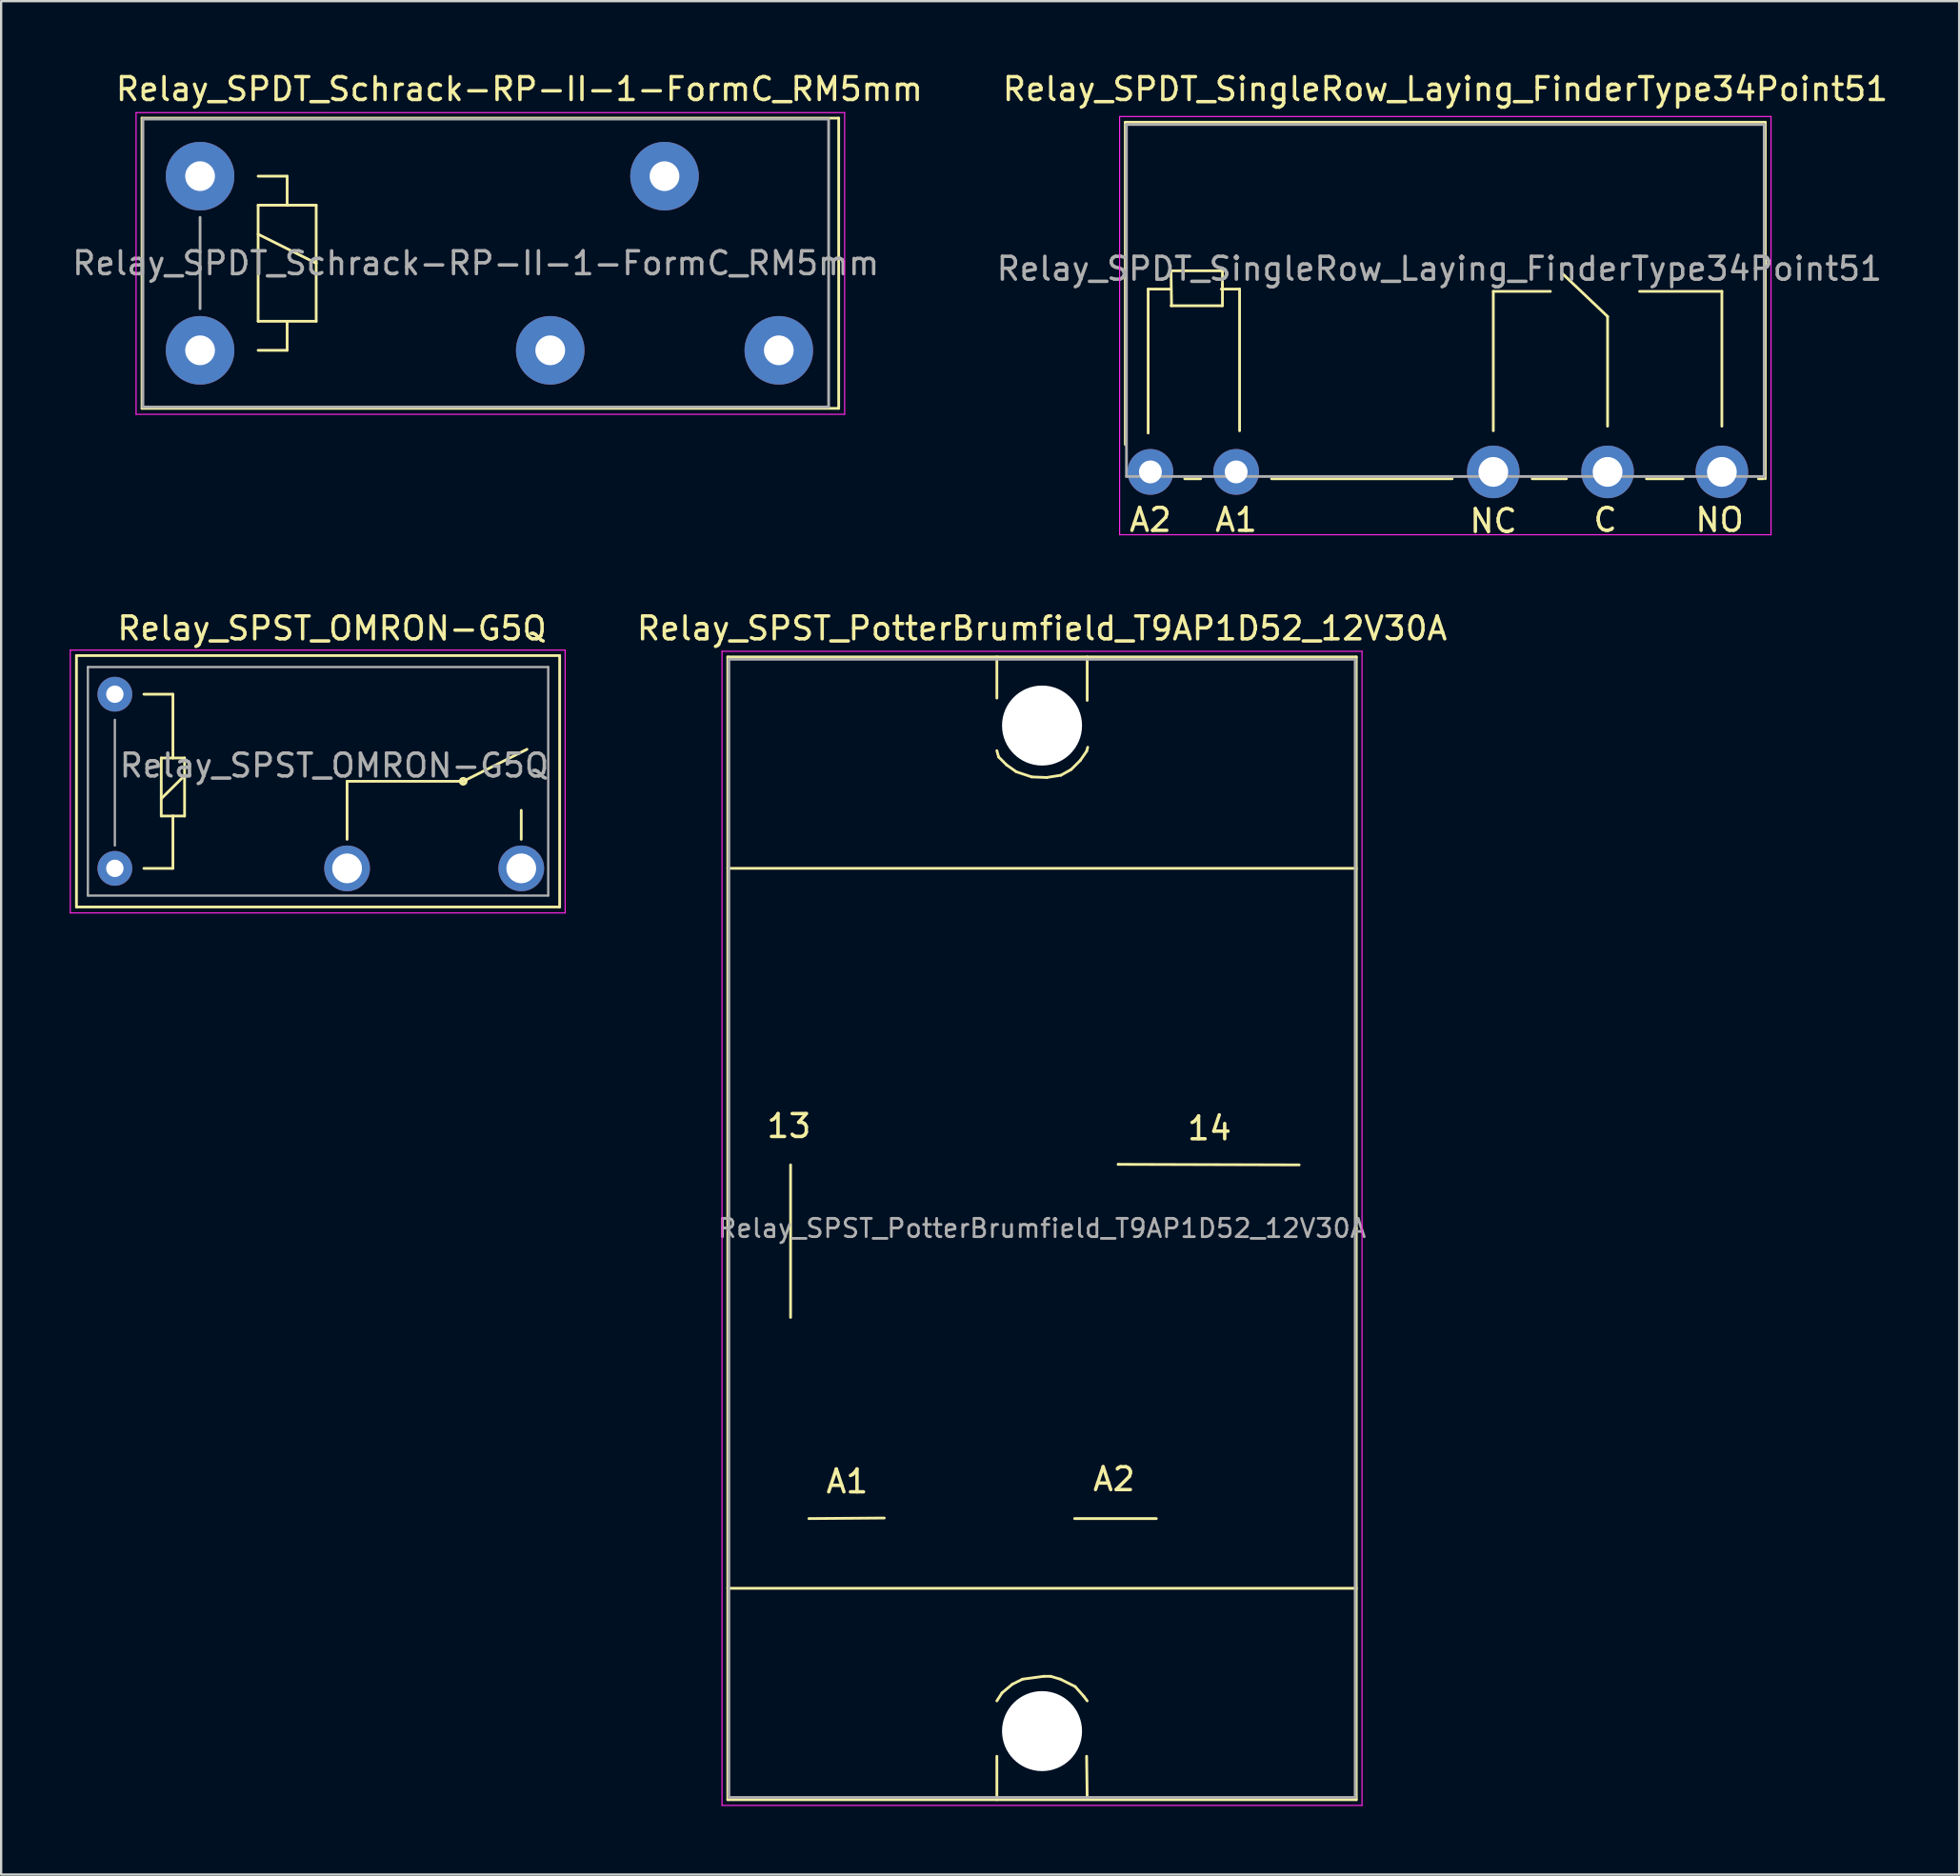
<source format=kicad_pcb>
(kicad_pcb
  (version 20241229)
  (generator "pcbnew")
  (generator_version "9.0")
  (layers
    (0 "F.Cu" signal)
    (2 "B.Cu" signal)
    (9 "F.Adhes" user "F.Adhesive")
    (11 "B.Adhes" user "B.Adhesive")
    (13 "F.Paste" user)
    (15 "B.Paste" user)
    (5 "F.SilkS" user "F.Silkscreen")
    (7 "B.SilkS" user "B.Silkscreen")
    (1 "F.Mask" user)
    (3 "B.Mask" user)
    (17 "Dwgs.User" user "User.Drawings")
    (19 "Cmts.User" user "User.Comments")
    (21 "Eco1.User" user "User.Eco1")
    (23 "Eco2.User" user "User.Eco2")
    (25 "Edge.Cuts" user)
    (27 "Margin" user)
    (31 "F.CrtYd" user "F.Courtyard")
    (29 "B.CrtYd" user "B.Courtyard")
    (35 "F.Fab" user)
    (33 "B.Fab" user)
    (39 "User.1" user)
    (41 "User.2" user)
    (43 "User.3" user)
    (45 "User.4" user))
  (footprint "Relay_SPDT_Schrack-RP-II-1-FormC_RM5mm"
    (layer "F.Cu")
    (at 5.703 4.658)
    (property "Reference" "Relay_SPDT_Schrack-RP-II-1-FormC_RM5mm" (at 13.97 -3.81 0) (layer "F.SilkS") (effects (font (size 1 1) (thickness 0.15))))
    (attr through_hole)
    (fp_line (start -2.54 -2.54) (end 27.94 -2.54) (stroke (width 0.12) (type solid)) (layer "F.SilkS"))
    (fp_line (start -2.54 10.16) (end -2.54 -2.54) (stroke (width 0.12) (type solid)) (layer "F.SilkS"))
    (fp_line (start 2.54 0) (end 3.81 0) (stroke (width 0.12) (type solid)) (layer "F.SilkS"))
    (fp_line (start 2.54 1.27) (end 3.81 1.27) (stroke (width 0.12) (type solid)) (layer "F.SilkS"))
    (fp_line (start 2.54 2.54) (end 5.08 3.81) (stroke (width 0.12) (type solid)) (layer "F.SilkS"))
    (fp_line (start 2.54 6.35) (end 2.54 1.27) (stroke (width 0.12) (type solid)) (layer "F.SilkS"))
    (fp_line (start 3.81 0) (end 3.81 1.27) (stroke (width 0.12) (type solid)) (layer "F.SilkS"))
    (fp_line (start 3.81 1.27) (end 5.08 1.27) (stroke (width 0.12) (type solid)) (layer "F.SilkS"))
    (fp_line (start 3.81 6.35) (end 3.81 7.62) (stroke (width 0.12) (type solid)) (layer "F.SilkS"))
    (fp_line (start 3.81 7.62) (end 2.54 7.62) (stroke (width 0.12) (type solid)) (layer "F.SilkS"))
    (fp_line (start 5.08 1.27) (end 5.08 6.35) (stroke (width 0.12) (type solid)) (layer "F.SilkS"))
    (fp_line (start 5.08 6.35) (end 2.54 6.35) (stroke (width 0.12) (type solid)) (layer "F.SilkS"))
    (fp_line (start 27.94 -2.54) (end 27.94 10.16) (stroke (width 0.12) (type solid)) (layer "F.SilkS"))
    (fp_line (start 27.94 10.16) (end -2.54 10.16) (stroke (width 0.12) (type solid)) (layer "F.SilkS"))
    (fp_line (start -2.8 -2.78) (end 28.2 -2.78) (stroke (width 0.05) (type solid)) (layer "F.CrtYd"))
    (fp_line (start -2.8 10.42) (end -2.8 -2.78) (stroke (width 0.05) (type solid)) (layer "F.CrtYd"))
    (fp_line (start 28.2 -2.78) (end 28.2 10.42) (stroke (width 0.05) (type solid)) (layer "F.CrtYd"))
    (fp_line (start 28.2 10.42) (end -2.8 10.42) (stroke (width 0.05) (type solid)) (layer "F.CrtYd"))
    (fp_line (start -2.5 -2.5) (end 27.5 -2.5) (stroke (width 0.12) (type solid)) (layer "F.Fab"))
    (fp_line (start -2.5 10.1) (end -2.5 -2.5) (stroke (width 0.12) (type solid)) (layer "F.Fab"))
    (fp_line (start 0 1.8) (end 0 5.8) (stroke (width 0.12) (type solid)) (layer "F.Fab"))
    (fp_line (start 27.5 -2.5) (end 27.5 10.1) (stroke (width 0.12) (type solid)) (layer "F.Fab"))
    (fp_line (start 27.5 10.1) (end -2.5 10.1) (stroke (width 0.12) (type solid)) (layer "F.Fab"))
    (fp_text user "${REFERENCE}" (at 12.065 3.81 0) (layer "F.Fab") (effects (font (size 1 1) (thickness 0.15))))
    (pad "11" thru_hole circle (at 20.32 0) (size 3 3) (drill 1.3) (layers "*.Cu" "*.Mask"))
    (pad "12" thru_hole circle (at 15.32 7.62) (size 3 3) (drill 1.3) (layers "*.Cu" "*.Mask"))
    (pad "14" thru_hole circle (at 25.32 7.62) (size 3 3) (drill 1.3) (layers "*.Cu" "*.Mask"))
    (pad "A1" thru_hole circle (at 0 0) (size 3 3) (drill 1.3) (layers "*.Cu" "*.Mask"))
    (pad "A2" thru_hole circle (at 0 7.62) (size 3 3) (drill 1.3) (layers "*.Cu" "*.Mask")))
  (footprint "Relay_SPST_PotterBrumfield_T9AP1D52_12V30A"
    (layer "F.Cu")
    (at 42.539 28.696)
    (property "Reference" "Relay_SPST_PotterBrumfield_T9AP1D52_12V30A" (at 0 -4.251 0) (layer "F.SilkS") (effects (font (size 1 1) (thickness 0.15))))
    (attr through_hole)
    (fp_line (start -13.749 -3.002) (end -13.749 47) (stroke (width 0.12) (type solid)) (layer "F.SilkS"))
    (fp_line (start -13.749 6.248) (end 13.749 6.248) (stroke (width 0.12) (type solid)) (layer "F.SilkS"))
    (fp_line (start -13.749 47) (end 13.749 47) (stroke (width 0.12) (type solid)) (layer "F.SilkS"))
    (fp_line (start -11.001 19.223) (end -11.001 25.898) (stroke (width 0.12) (type solid)) (layer "F.SilkS"))
    (fp_line (start -6.901 34.674) (end -10.201 34.699) (stroke (width 0.12) (type solid)) (layer "F.SilkS"))
    (fp_line (start -1.976 -1.201) (end -1.976 -3.002) (stroke (width 0.12) (type solid)) (layer "F.SilkS"))
    (fp_line (start -1.976 1.1) (end -1.9 1.374) (stroke (width 0.12) (type solid)) (layer "F.SilkS"))
    (fp_line (start -1.976 45.098) (end -1.976 47) (stroke (width 0.12) (type solid)) (layer "F.SilkS"))
    (fp_line (start -1.9 1.374) (end -1.549 1.725) (stroke (width 0.12) (type solid)) (layer "F.SilkS"))
    (fp_line (start -1.75 42.324) (end -1.976 42.675) (stroke (width 0.12) (type solid)) (layer "F.SilkS"))
    (fp_line (start -1.549 1.725) (end -1.125 2.024) (stroke (width 0.12) (type solid)) (layer "F.SilkS"))
    (fp_line (start -1.3 41.948) (end -1.75 42.324) (stroke (width 0.12) (type solid)) (layer "F.SilkS"))
    (fp_line (start -1.125 2.024) (end -0.45 2.248) (stroke (width 0.12) (type solid)) (layer "F.SilkS"))
    (fp_line (start -0.851 41.725) (end -1.3 41.948) (stroke (width 0.12) (type solid)) (layer "F.SilkS"))
    (fp_line (start -0.45 2.248) (end 0.201 2.273) (stroke (width 0.12) (type solid)) (layer "F.SilkS"))
    (fp_line (start 0.076 41.6) (end -0.851 41.725) (stroke (width 0.12) (type solid)) (layer "F.SilkS"))
    (fp_line (start 0.201 2.273) (end 0.826 2.174) (stroke (width 0.12) (type solid)) (layer "F.SilkS"))
    (fp_line (start 0.376 41.6) (end 0.076 41.6) (stroke (width 0.12) (type solid)) (layer "F.SilkS"))
    (fp_line (start 0.8 41.725) (end 0.376 41.6) (stroke (width 0.12) (type solid)) (layer "F.SilkS"))
    (fp_line (start 0.826 2.174) (end 1.275 1.923) (stroke (width 0.12) (type solid)) (layer "F.SilkS"))
    (fp_line (start 1.275 1.923) (end 1.674 1.524) (stroke (width 0.12) (type solid)) (layer "F.SilkS"))
    (fp_line (start 1.425 34.699) (end 5.001 34.699) (stroke (width 0.12) (type solid)) (layer "F.SilkS"))
    (fp_line (start 1.45 42.05) (end 0.8 41.725) (stroke (width 0.12) (type solid)) (layer "F.SilkS"))
    (fp_line (start 1.674 1.524) (end 1.951 1.123) (stroke (width 0.12) (type solid)) (layer "F.SilkS"))
    (fp_line (start 1.826 42.474) (end 1.45 42.05) (stroke (width 0.12) (type solid)) (layer "F.SilkS"))
    (fp_line (start 1.951 1.123) (end 1.999 0.95) (stroke (width 0.12) (type solid)) (layer "F.SilkS"))
    (fp_line (start 1.951 45.098) (end 1.976 46.975) (stroke (width 0.12) (type solid)) (layer "F.SilkS"))
    (fp_line (start 1.976 -1.1) (end 1.976 -3.002) (stroke (width 0.12) (type solid)) (layer "F.SilkS"))
    (fp_line (start 1.976 42.675) (end 1.826 42.474) (stroke (width 0.12) (type solid)) (layer "F.SilkS"))
    (fp_line (start 3.35 19.2) (end 3.325 19.2) (stroke (width 0.12) (type solid)) (layer "F.SilkS"))
    (fp_line (start 11.25 19.223) (end 3.35 19.2) (stroke (width 0.12) (type solid)) (layer "F.SilkS"))
    (fp_line (start 13.749 -3.002) (end -13.749 -3.002) (stroke (width 0.12) (type solid)) (layer "F.SilkS"))
    (fp_line (start 13.749 21.999) (end 13.749 -3.002) (stroke (width 0.12) (type solid)) (layer "F.SilkS"))
    (fp_line (start 13.749 37.749) (end -13.749 37.749) (stroke (width 0.12) (type solid)) (layer "F.SilkS"))
    (fp_line (start 13.749 47) (end 13.749 21.999) (stroke (width 0.12) (type solid)) (layer "F.SilkS"))
    (fp_line (start -14 -3.25) (end -14 47.25) (stroke (width 0.05) (type solid)) (layer "F.CrtYd"))
    (fp_line (start -14 47.25) (end 14 47.25) (stroke (width 0.05) (type solid)) (layer "F.CrtYd"))
    (fp_line (start 14 -3.25) (end -14 -3.25) (stroke (width 0.05) (type solid)) (layer "F.CrtYd"))
    (fp_line (start 14 47.25) (end 14 -3.25) (stroke (width 0.05) (type solid)) (layer "F.CrtYd"))
    (fp_line (start -13.7 -2.9) (end -13.7 46.9) (stroke (width 0.12) (type solid)) (layer "F.Fab"))
    (fp_line (start -13.7 46.9) (end 13.7 46.9) (stroke (width 0.12) (type solid)) (layer "F.Fab"))
    (fp_line (start 13.7 -2.9) (end -13.7 -2.9) (stroke (width 0.12) (type solid)) (layer "F.Fab"))
    (fp_line (start 13.7 46.9) (end 13.7 -2.9) (stroke (width 0.12) (type solid)) (layer "F.Fab"))
    (fp_text user "A2" (at 3.15 32.974 0) (layer "F.SilkS") (effects (font (size 1 1) (thickness 0.15))))
    (fp_text user "13" (at -11.074 17.523 0) (layer "F.SilkS") (effects (font (size 1 1) (thickness 0.15))))
    (fp_text user "A1" (at -8.524 33.073 0) (layer "F.SilkS") (effects (font (size 1 1) (thickness 0.15))))
    (fp_text user "14" (at 7.325 17.625 0) (layer "F.SilkS") (effects (font (size 1 1) (thickness 0.15))))
    (fp_text user "${REFERENCE}" (at 0 21.999 0) (layer "F.Fab") (effects (font (size 0.8 0.8) (thickness 0.12))))
    (pad "" np_thru_hole circle (at 0 0) (size 3.5 3.5) (drill 3.5) (layers "*.Cu" "*.Mask"))
    (pad "" np_thru_hole circle (at 0 43.998) (size 3.5 3.5) (drill 3.5) (layers "*.Cu" "*.Mask")))
  (footprint "Relay_SPST_OMRON-G5Q"
    (layer "F.Cu")
    (at 1.975 34.945)
    (property "Reference" "Relay_SPST_OMRON-G5Q" (at 9.5 -10.5 180) (layer "F.SilkS") (effects (font (size 1 1) (thickness 0.15))))
    (attr through_hole)
    (fp_line (start -1.68 -9.31) (end 19.46 -9.31) (stroke (width 0.12) (type solid)) (layer "F.SilkS"))
    (fp_line (start -1.68 1.69) (end -1.68 -9.31) (stroke (width 0.12) (type solid)) (layer "F.SilkS"))
    (fp_line (start -1.68 1.69) (end 19.46 1.69) (stroke (width 0.12) (type solid)) (layer "F.SilkS"))
    (fp_line (start 1.27 0) (end 2.54 0) (stroke (width 0.12) (type solid)) (layer "F.SilkS"))
    (fp_line (start 2.03 -4.83) (end 2.54 -4.83) (stroke (width 0.12) (type solid)) (layer "F.SilkS"))
    (fp_line (start 2.03 -3.05) (end 3.05 -4.06) (stroke (width 0.12) (type solid)) (layer "F.SilkS"))
    (fp_line (start 2.03 -2.29) (end 2.03 -4.83) (stroke (width 0.12) (type solid)) (layer "F.SilkS"))
    (fp_line (start 2.54 -7.62) (end 1.27 -7.62) (stroke (width 0.12) (type solid)) (layer "F.SilkS"))
    (fp_line (start 2.54 -4.83) (end 2.54 -7.62) (stroke (width 0.12) (type solid)) (layer "F.SilkS"))
    (fp_line (start 2.54 -4.83) (end 3.05 -4.83) (stroke (width 0.12) (type solid)) (layer "F.SilkS"))
    (fp_line (start 2.54 -2.29) (end 2.03 -2.29) (stroke (width 0.12) (type solid)) (layer "F.SilkS"))
    (fp_line (start 2.54 0) (end 2.54 -2.29) (stroke (width 0.12) (type solid)) (layer "F.SilkS"))
    (fp_line (start 3.05 -4.83) (end 3.05 -2.29) (stroke (width 0.12) (type solid)) (layer "F.SilkS"))
    (fp_line (start 3.05 -2.29) (end 2.54 -2.29) (stroke (width 0.12) (type solid)) (layer "F.SilkS"))
    (fp_line (start 10.16 -3.81) (end 15.24 -3.81) (stroke (width 0.12) (type solid)) (layer "F.SilkS"))
    (fp_line (start 10.16 -1.27) (end 10.16 -3.81) (stroke (width 0.12) (type solid)) (layer "F.SilkS"))
    (fp_line (start 15.24 -3.81) (end 18.03 -5.21) (stroke (width 0.12) (type solid)) (layer "F.SilkS"))
    (fp_line (start 17.78 -1.27) (end 17.78 -2.54) (stroke (width 0.12) (type solid)) (layer "F.SilkS"))
    (fp_line (start 19.46 1.69) (end 19.46 -9.31) (stroke (width 0.12) (type solid)) (layer "F.SilkS"))
    (fp_circle (center 15.24 -3.81) (end 15.24 -3.68) (stroke (width 0.12) (type solid)) (fill no) (layer "F.SilkS"))
    (fp_line (start -1.95 -9.55) (end 19.7 -9.55) (stroke (width 0.05) (type solid)) (layer "F.CrtYd"))
    (fp_line (start -1.95 1.95) (end -1.95 -9.55) (stroke (width 0.05) (type solid)) (layer "F.CrtYd"))
    (fp_line (start 19.7 -9.55) (end 19.7 1.95) (stroke (width 0.05) (type solid)) (layer "F.CrtYd"))
    (fp_line (start 19.7 1.95) (end -1.95 1.95) (stroke (width 0.05) (type solid)) (layer "F.CrtYd"))
    (fp_line (start -1.18 -8.81) (end 18.96 -8.81) (stroke (width 0.1) (type solid)) (layer "F.Fab"))
    (fp_line (start -1.18 1.19) (end -1.18 -8.81) (stroke (width 0.1) (type solid)) (layer "F.Fab"))
    (fp_line (start 0 -1) (end 0 -6.5) (stroke (width 0.1) (type solid)) (layer "F.Fab"))
    (fp_line (start 18.96 -8.81) (end 18.96 1.19) (stroke (width 0.1) (type solid)) (layer "F.Fab"))
    (fp_line (start 18.96 1.19) (end -1.18 1.19) (stroke (width 0.1) (type solid)) (layer "F.Fab"))
    (fp_text user "${REFERENCE}" (at 9.6 -4.5 0) (layer "F.Fab") (effects (font (size 1 1) (thickness 0.15))))
    (pad "1" thru_hole circle (at 0 0 180) (size 1.52 1.52) (drill 0.76) (layers "*.Cu" "*.Mask"))
    (pad "2" thru_hole circle (at 10.16 0 180) (size 2 2) (drill 1.3) (layers "*.Cu" "*.Mask"))
    (pad "3" thru_hole circle (at 17.78 0 180) (size 2 2) (drill 1.3) (layers "*.Cu" "*.Mask"))
    (pad "5" thru_hole circle (at 0 -7.62 180) (size 1.52 1.52) (drill 0.76) (layers "*.Cu" "*.Mask")))
  (footprint "Relay_SPDT_SingleRow_Laying_FinderType34Point51"
    (layer "F.Cu")
    (at 51.033 17.598)
    (property "Reference" "Relay_SPDT_SingleRow_Laying_FinderType34Point51" (at 9.149 -16.75 0) (layer "F.SilkS") (effects (font (size 1 1) (thickness 0.15))))
    (attr through_hole)
    (fp_line (start -4.851 -15.3) (end -4.851 -1.2) (stroke (width 0.12) (type solid)) (layer "F.SilkS"))
    (fp_line (start -3.851 -8) (end -3.851 -1.7) (stroke (width 0.12) (type solid)) (layer "F.SilkS"))
    (fp_line (start -2.851 -8.8) (end -2.827 -7.27) (stroke (width 0.12) (type solid)) (layer "F.SilkS"))
    (fp_line (start -2.851 -8) (end -3.851 -8) (stroke (width 0.12) (type solid)) (layer "F.SilkS"))
    (fp_line (start -2.851 -7.27) (end -0.601 -7.27) (stroke (width 0.12) (type solid)) (layer "F.SilkS"))
    (fp_line (start -1.551 0.3) (end -2.251 0.3) (stroke (width 0.12) (type solid)) (layer "F.SilkS"))
    (fp_line (start -0.651 -8) (end 0.149 -8) (stroke (width 0.12) (type solid)) (layer "F.SilkS"))
    (fp_line (start -0.601 -8.8) (end -2.827 -8.8) (stroke (width 0.12) (type solid)) (layer "F.SilkS"))
    (fp_line (start -0.601 -8.15) (end -0.601 -8.8) (stroke (width 0.12) (type solid)) (layer "F.SilkS"))
    (fp_line (start -0.601 -7.27) (end -0.601 -8.2) (stroke (width 0.12) (type solid)) (layer "F.SilkS"))
    (fp_line (start 0.149 -8) (end 0.149 -1.8) (stroke (width 0.12) (type solid)) (layer "F.SilkS"))
    (fp_line (start 9.449 0.3) (end 1.549 0.3) (stroke (width 0.12) (type solid)) (layer "F.SilkS"))
    (fp_line (start 11.249 -7.9) (end 11.249 -1.8) (stroke (width 0.12) (type solid)) (layer "F.SilkS"))
    (fp_line (start 13.749 -7.9) (end 11.249 -7.9) (stroke (width 0.12) (type solid)) (layer "F.SilkS"))
    (fp_line (start 14.449 0.3) (end 12.949 0.3) (stroke (width 0.12) (type solid)) (layer "F.SilkS"))
    (fp_line (start 16.249 -6.8) (end 14.249 -8.7) (stroke (width 0.12) (type solid)) (layer "F.SilkS"))
    (fp_line (start 16.249 -2) (end 16.249 -6.8) (stroke (width 0.12) (type solid)) (layer "F.SilkS"))
    (fp_line (start 17.649 -7.9) (end 21.249 -7.9) (stroke (width 0.12) (type solid)) (layer "F.SilkS"))
    (fp_line (start 19.549 0.3) (end 17.949 0.3) (stroke (width 0.12) (type solid)) (layer "F.SilkS"))
    (fp_line (start 21.249 -7.9) (end 21.249 -2) (stroke (width 0.12) (type solid)) (layer "F.SilkS"))
    (fp_line (start 23.049 0.3) (end 22.849 0.3) (stroke (width 0.12) (type solid)) (layer "F.SilkS"))
    (fp_line (start 23.149 -15.3) (end -4.851 -15.3) (stroke (width 0.12) (type solid)) (layer "F.SilkS"))
    (fp_line (start 23.149 -15.3) (end 23.149 0.3) (stroke (width 0.12) (type solid)) (layer "F.SilkS"))
    (fp_line (start -5.1 2.75) (end -5.1 -15.55) (stroke (width 0.05) (type solid)) (layer "F.CrtYd"))
    (fp_line (start 23.4 -15.55) (end -5.1 -15.55) (stroke (width 0.05) (type solid)) (layer "F.CrtYd"))
    (fp_line (start 23.4 2.75) (end -5.1 2.75) (stroke (width 0.05) (type solid)) (layer "F.CrtYd"))
    (fp_line (start 23.4 2.75) (end 23.4 -15.55) (stroke (width 0.05) (type solid)) (layer "F.CrtYd"))
    (fp_line (start -4.8 -15.2) (end 23.1 -15.2) (stroke (width 0.12) (type solid)) (layer "F.Fab"))
    (fp_line (start -4.8 0.2) (end -4.8 -15.2) (stroke (width 0.12) (type solid)) (layer "F.Fab"))
    (fp_line (start 23.1 -15.2) (end 23.1 0.2) (stroke (width 0.12) (type solid)) (layer "F.Fab"))
    (fp_line (start 23.1 0.2) (end -4.8 0.2) (stroke (width 0.12) (type solid)) (layer "F.Fab"))
    (fp_text user "NO" (at 21.149 2.1 0) (layer "F.SilkS") (effects (font (size 1 1) (thickness 0.15))))
    (fp_text user "A1" (at -0.001 2.1 0) (layer "F.SilkS") (effects (font (size 1 1) (thickness 0.15))))
    (fp_text user "NC" (at 11.249 2.15 0) (layer "F.SilkS") (effects (font (size 1 1) (thickness 0.15))))
    (fp_text user "C" (at 16.149 2.1 0) (layer "F.SilkS") (effects (font (size 1 1) (thickness 0.15))))
    (fp_text user "A2" (at -3.751 2.1 0) (layer "F.SilkS") (effects (font (size 1 1) (thickness 0.15))))
    (fp_text user "${REFERENCE}" (at 8.89 -8.89 0) (layer "F.Fab") (effects (font (size 1 1) (thickness 0.15))))
    (pad "11" thru_hole circle (at 16.249 0) (size 2.3 2.3) (drill 1.3) (layers "*.Cu" "*.Mask"))
    (pad "12" thru_hole circle (at 11.249 0) (size 2.3 2.3) (drill 1.3) (layers "*.Cu" "*.Mask"))
    (pad "14" thru_hole circle (at 21.249 0) (size 2.3 2.3) (drill 1.3) (layers "*.Cu" "*.Mask"))
    (pad "A1" thru_hole circle (at 0 0) (size 2 2) (drill 1) (layers "*.Cu" "*.Mask"))
    (pad "A2" thru_hole circle (at -3.752 0) (size 2 2) (drill 1) (layers "*.Cu" "*.Mask")))
  (gr_rect
    (start -3 -3)
    (end 82.664 78.971)
    (stroke (width 0.1) (type default))
    (fill no)
    (layer "Edge.Cuts")))
</source>
